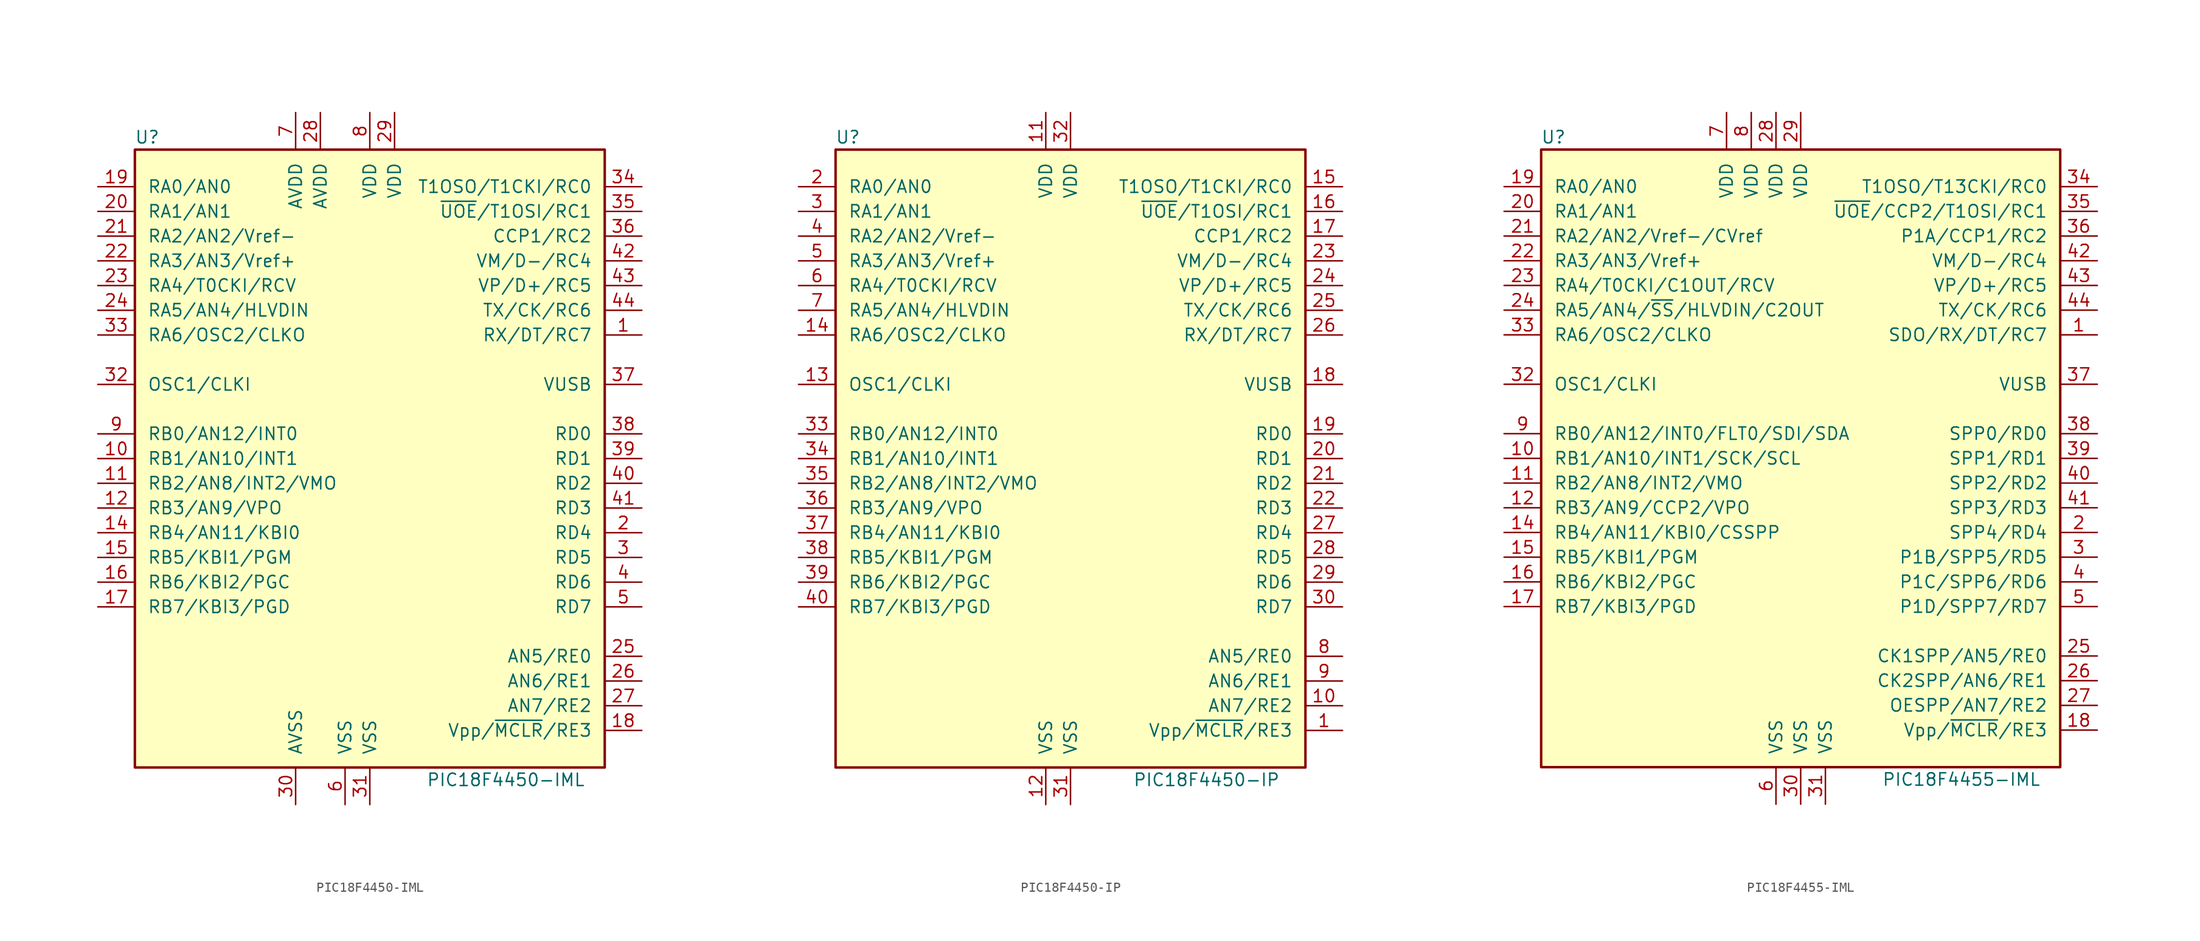
<source format=kicad_sym>
(kicad_symbol_lib
  (version 20201005)
  (generator kicad_symbol_editor)
  (symbol "PIC18F4450-IML"
    (pin_names
      (offset 1.27))
    (property "Reference" "U"
      (at -22.86 33.02 0)
      (effects (font (size 1.27 1.27))))
    (property "Value" "PIC18F4450-IML"
      (at 13.97 -33.02 0)
      (effects (font (size 1.27 1.27))))
    (symbol "PIC18F4450-IML_0_1"
      (rectangle (start -24.13 31.75) (end 24.13 -31.75) (stroke (width 0.254)) (fill (type background))))
    (symbol "PIC18F4450-IML_1_1"
      (pin bidirectional line (at 27.94 12.7 180) (length 3.81) (name "RX/DT/RC7" (effects (font (size 1.27 1.27)))) (number "1" (effects (font (size 1.27 1.27)))))
      (pin bidirectional line (at -27.94 0 0) (length 3.81) (name "RB1/AN10/INT1" (effects (font (size 1.27 1.27)))) (number "10" (effects (font (size 1.27 1.27)))))
      (pin bidirectional line (at -27.94 -2.54 0) (length 3.81) (name "RB2/AN8/INT2/VMO" (effects (font (size 1.27 1.27)))) (number "11" (effects (font (size 1.27 1.27)))))
      (pin bidirectional line (at -27.94 -5.08 0) (length 3.81) (name "RB3/AN9/VPO" (effects (font (size 1.27 1.27)))) (number "12" (effects (font (size 1.27 1.27)))))
      (pin no_connect line (at -12.7 -35.56 90) (length 3.81) hide (name "NC" (effects (font (size 1.27 1.27)))) (number "13" (effects (font (size 1.27 1.27)))))
      (pin bidirectional line (at -27.94 -7.62 0) (length 3.81) (name "RB4/AN11/KBI0" (effects (font (size 1.27 1.27)))) (number "14" (effects (font (size 1.27 1.27)))))
      (pin bidirectional line (at -27.94 -10.16 0) (length 3.81) (name "RB5/KBI1/PGM" (effects (font (size 1.27 1.27)))) (number "15" (effects (font (size 1.27 1.27)))))
      (pin bidirectional line (at -27.94 -12.7 0) (length 3.81) (name "RB6/KBI2/PGC" (effects (font (size 1.27 1.27)))) (number "16" (effects (font (size 1.27 1.27)))))
      (pin bidirectional line (at -27.94 -15.24 0) (length 3.81) (name "RB7/KBI3/PGD" (effects (font (size 1.27 1.27)))) (number "17" (effects (font (size 1.27 1.27)))))
      (pin input line (at 27.94 -27.94 180) (length 3.81) (name "Vpp/~MCLR~/RE3" (effects (font (size 1.27 1.27)))) (number "18" (effects (font (size 1.27 1.27)))))
      (pin bidirectional line (at -27.94 27.94 0) (length 3.81) (name "RA0/AN0" (effects (font (size 1.27 1.27)))) (number "19" (effects (font (size 1.27 1.27)))))
      (pin bidirectional line (at 27.94 -7.62 180) (length 3.81) (name "RD4" (effects (font (size 1.27 1.27)))) (number "2" (effects (font (size 1.27 1.27)))))
      (pin bidirectional line (at -27.94 25.4 0) (length 3.81) (name "RA1/AN1" (effects (font (size 1.27 1.27)))) (number "20" (effects (font (size 1.27 1.27)))))
      (pin bidirectional line (at -27.94 22.86 0) (length 3.81) (name "RA2/AN2/Vref-" (effects (font (size 1.27 1.27)))) (number "21" (effects (font (size 1.27 1.27)))))
      (pin bidirectional line (at -27.94 20.32 0) (length 3.81) (name "RA3/AN3/Vref+" (effects (font (size 1.27 1.27)))) (number "22" (effects (font (size 1.27 1.27)))))
      (pin bidirectional line (at -27.94 17.78 0) (length 3.81) (name "RA4/T0CKI/RCV" (effects (font (size 1.27 1.27)))) (number "23" (effects (font (size 1.27 1.27)))))
      (pin bidirectional line (at -27.94 15.24 0) (length 3.81) (name "RA5/AN4/HLVDIN" (effects (font (size 1.27 1.27)))) (number "24" (effects (font (size 1.27 1.27)))))
      (pin bidirectional line (at 27.94 -20.32 180) (length 3.81) (name "AN5/RE0" (effects (font (size 1.27 1.27)))) (number "25" (effects (font (size 1.27 1.27)))))
      (pin bidirectional line (at 27.94 -22.86 180) (length 3.81) (name "AN6/RE1" (effects (font (size 1.27 1.27)))) (number "26" (effects (font (size 1.27 1.27)))))
      (pin bidirectional line (at 27.94 -25.4 180) (length 3.81) (name "AN7/RE2" (effects (font (size 1.27 1.27)))) (number "27" (effects (font (size 1.27 1.27)))))
      (pin power_in line (at -5.08 35.56 270) (length 3.81) (name "AVDD" (effects (font (size 1.27 1.27)))) (number "28" (effects (font (size 1.27 1.27)))))
      (pin power_in line (at 2.54 35.56 270) (length 3.81) (name "VDD" (effects (font (size 1.27 1.27)))) (number "29" (effects (font (size 1.27 1.27)))))
      (pin bidirectional line (at 27.94 -10.16 180) (length 3.81) (name "RD5" (effects (font (size 1.27 1.27)))) (number "3" (effects (font (size 1.27 1.27)))))
      (pin power_in line (at -7.62 -35.56 90) (length 3.81) (name "AVSS" (effects (font (size 1.27 1.27)))) (number "30" (effects (font (size 1.27 1.27)))))
      (pin power_in line (at 0 -35.56 90) (length 3.81) (name "VSS" (effects (font (size 1.27 1.27)))) (number "31" (effects (font (size 1.27 1.27)))))
      (pin input line (at -27.94 7.62 0) (length 3.81) (name "OSC1/CLKI" (effects (font (size 1.27 1.27)))) (number "32" (effects (font (size 1.27 1.27)))))
      (pin output line (at -27.94 12.7 0) (length 3.81) (name "RA6/OSC2/CLKO" (effects (font (size 1.27 1.27)))) (number "33" (effects (font (size 1.27 1.27)))))
      (pin bidirectional line (at 27.94 27.94 180) (length 3.81) (name "T1OSO/T1CKI/RC0" (effects (font (size 1.27 1.27)))) (number "34" (effects (font (size 1.27 1.27)))))
      (pin bidirectional line (at 27.94 25.4 180) (length 3.81) (name "~UOE~/T1OSI/RC1" (effects (font (size 1.27 1.27)))) (number "35" (effects (font (size 1.27 1.27)))))
      (pin bidirectional line (at 27.94 22.86 180) (length 3.81) (name "CCP1/RC2" (effects (font (size 1.27 1.27)))) (number "36" (effects (font (size 1.27 1.27)))))
      (pin bidirectional line (at 27.94 7.62 180) (length 3.81) (name "VUSB" (effects (font (size 1.27 1.27)))) (number "37" (effects (font (size 1.27 1.27)))))
      (pin bidirectional line (at 27.94 2.54 180) (length 3.81) (name "RD0" (effects (font (size 1.27 1.27)))) (number "38" (effects (font (size 1.27 1.27)))))
      (pin bidirectional line (at 27.94 0 180) (length 3.81) (name "RD1" (effects (font (size 1.27 1.27)))) (number "39" (effects (font (size 1.27 1.27)))))
      (pin bidirectional line (at 27.94 -12.7 180) (length 3.81) (name "RD6" (effects (font (size 1.27 1.27)))) (number "4" (effects (font (size 1.27 1.27)))))
      (pin bidirectional line (at 27.94 -2.54 180) (length 3.81) (name "RD2" (effects (font (size 1.27 1.27)))) (number "40" (effects (font (size 1.27 1.27)))))
      (pin bidirectional line (at 27.94 -5.08 180) (length 3.81) (name "RD3" (effects (font (size 1.27 1.27)))) (number "41" (effects (font (size 1.27 1.27)))))
      (pin bidirectional line (at 27.94 20.32 180) (length 3.81) (name "VM/D-/RC4" (effects (font (size 1.27 1.27)))) (number "42" (effects (font (size 1.27 1.27)))))
      (pin bidirectional line (at 27.94 17.78 180) (length 3.81) (name "VP/D+/RC5" (effects (font (size 1.27 1.27)))) (number "43" (effects (font (size 1.27 1.27)))))
      (pin bidirectional line (at 27.94 15.24 180) (length 3.81) (name "TX/CK/RC6" (effects (font (size 1.27 1.27)))) (number "44" (effects (font (size 1.27 1.27)))))
      (pin bidirectional line (at 27.94 -15.24 180) (length 3.81) (name "RD7" (effects (font (size 1.27 1.27)))) (number "5" (effects (font (size 1.27 1.27)))))
      (pin power_in line (at -2.54 -35.56 90) (length 3.81) (name "VSS" (effects (font (size 1.27 1.27)))) (number "6" (effects (font (size 1.27 1.27)))))
      (pin power_in line (at -7.62 35.56 270) (length 3.81) (name "AVDD" (effects (font (size 1.27 1.27)))) (number "7" (effects (font (size 1.27 1.27)))))
      (pin power_in line (at 0 35.56 270) (length 3.81) (name "VDD" (effects (font (size 1.27 1.27)))) (number "8" (effects (font (size 1.27 1.27)))))
      (pin bidirectional line (at -27.94 2.54 0) (length 3.81) (name "RB0/AN12/INT0" (effects (font (size 1.27 1.27)))) (number "9" (effects (font (size 1.27 1.27)))))))
  (symbol "PIC18F4450-IP"
    (pin_names
      (offset 1.27))
    (property "Reference" "U"
      (at -22.86 33.02 0)
      (effects (font (size 1.27 1.27))))
    (property "Value" "PIC18F4450-IP"
      (at 13.97 -33.02 0)
      (effects (font (size 1.27 1.27))))
    (symbol "PIC18F4450-IP_0_1"
      (rectangle (start -24.13 31.75) (end 24.13 -31.75) (stroke (width 0.254)) (fill (type background))))
    (symbol "PIC18F4450-IP_1_1"
      (pin input line (at 27.94 -27.94 180) (length 3.81) (name "Vpp/~MCLR~/RE3" (effects (font (size 1.27 1.27)))) (number "1" (effects (font (size 1.27 1.27)))))
      (pin bidirectional line (at 27.94 -25.4 180) (length 3.81) (name "AN7/RE2" (effects (font (size 1.27 1.27)))) (number "10" (effects (font (size 1.27 1.27)))))
      (pin power_in line (at -2.54 35.56 270) (length 3.81) (name "VDD" (effects (font (size 1.27 1.27)))) (number "11" (effects (font (size 1.27 1.27)))))
      (pin power_in line (at -2.54 -35.56 90) (length 3.81) (name "VSS" (effects (font (size 1.27 1.27)))) (number "12" (effects (font (size 1.27 1.27)))))
      (pin input line (at -27.94 7.62 0) (length 3.81) (name "OSC1/CLKI" (effects (font (size 1.27 1.27)))) (number "13" (effects (font (size 1.27 1.27)))))
      (pin output line (at -27.94 12.7 0) (length 3.81) (name "RA6/OSC2/CLKO" (effects (font (size 1.27 1.27)))) (number "14" (effects (font (size 1.27 1.27)))))
      (pin bidirectional line (at 27.94 27.94 180) (length 3.81) (name "T1OSO/T1CKI/RC0" (effects (font (size 1.27 1.27)))) (number "15" (effects (font (size 1.27 1.27)))))
      (pin bidirectional line (at 27.94 25.4 180) (length 3.81) (name "~UOE~/T1OSI/RC1" (effects (font (size 1.27 1.27)))) (number "16" (effects (font (size 1.27 1.27)))))
      (pin bidirectional line (at 27.94 22.86 180) (length 3.81) (name "CCP1/RC2" (effects (font (size 1.27 1.27)))) (number "17" (effects (font (size 1.27 1.27)))))
      (pin bidirectional line (at 27.94 7.62 180) (length 3.81) (name "VUSB" (effects (font (size 1.27 1.27)))) (number "18" (effects (font (size 1.27 1.27)))))
      (pin bidirectional line (at 27.94 2.54 180) (length 3.81) (name "RD0" (effects (font (size 1.27 1.27)))) (number "19" (effects (font (size 1.27 1.27)))))
      (pin bidirectional line (at -27.94 27.94 0) (length 3.81) (name "RA0/AN0" (effects (font (size 1.27 1.27)))) (number "2" (effects (font (size 1.27 1.27)))))
      (pin bidirectional line (at 27.94 0 180) (length 3.81) (name "RD1" (effects (font (size 1.27 1.27)))) (number "20" (effects (font (size 1.27 1.27)))))
      (pin bidirectional line (at 27.94 -2.54 180) (length 3.81) (name "RD2" (effects (font (size 1.27 1.27)))) (number "21" (effects (font (size 1.27 1.27)))))
      (pin bidirectional line (at 27.94 -5.08 180) (length 3.81) (name "RD3" (effects (font (size 1.27 1.27)))) (number "22" (effects (font (size 1.27 1.27)))))
      (pin bidirectional line (at 27.94 20.32 180) (length 3.81) (name "VM/D-/RC4" (effects (font (size 1.27 1.27)))) (number "23" (effects (font (size 1.27 1.27)))))
      (pin bidirectional line (at 27.94 17.78 180) (length 3.81) (name "VP/D+/RC5" (effects (font (size 1.27 1.27)))) (number "24" (effects (font (size 1.27 1.27)))))
      (pin bidirectional line (at 27.94 15.24 180) (length 3.81) (name "TX/CK/RC6" (effects (font (size 1.27 1.27)))) (number "25" (effects (font (size 1.27 1.27)))))
      (pin bidirectional line (at 27.94 12.7 180) (length 3.81) (name "RX/DT/RC7" (effects (font (size 1.27 1.27)))) (number "26" (effects (font (size 1.27 1.27)))))
      (pin bidirectional line (at 27.94 -7.62 180) (length 3.81) (name "RD4" (effects (font (size 1.27 1.27)))) (number "27" (effects (font (size 1.27 1.27)))))
      (pin bidirectional line (at 27.94 -10.16 180) (length 3.81) (name "RD5" (effects (font (size 1.27 1.27)))) (number "28" (effects (font (size 1.27 1.27)))))
      (pin bidirectional line (at 27.94 -12.7 180) (length 3.81) (name "RD6" (effects (font (size 1.27 1.27)))) (number "29" (effects (font (size 1.27 1.27)))))
      (pin bidirectional line (at -27.94 25.4 0) (length 3.81) (name "RA1/AN1" (effects (font (size 1.27 1.27)))) (number "3" (effects (font (size 1.27 1.27)))))
      (pin bidirectional line (at 27.94 -15.24 180) (length 3.81) (name "RD7" (effects (font (size 1.27 1.27)))) (number "30" (effects (font (size 1.27 1.27)))))
      (pin power_in line (at 0 -35.56 90) (length 3.81) (name "VSS" (effects (font (size 1.27 1.27)))) (number "31" (effects (font (size 1.27 1.27)))))
      (pin power_in line (at 0 35.56 270) (length 3.81) (name "VDD" (effects (font (size 1.27 1.27)))) (number "32" (effects (font (size 1.27 1.27)))))
      (pin bidirectional line (at -27.94 2.54 0) (length 3.81) (name "RB0/AN12/INT0" (effects (font (size 1.27 1.27)))) (number "33" (effects (font (size 1.27 1.27)))))
      (pin bidirectional line (at -27.94 0 0) (length 3.81) (name "RB1/AN10/INT1" (effects (font (size 1.27 1.27)))) (number "34" (effects (font (size 1.27 1.27)))))
      (pin bidirectional line (at -27.94 -2.54 0) (length 3.81) (name "RB2/AN8/INT2/VMO" (effects (font (size 1.27 1.27)))) (number "35" (effects (font (size 1.27 1.27)))))
      (pin bidirectional line (at -27.94 -5.08 0) (length 3.81) (name "RB3/AN9/VPO" (effects (font (size 1.27 1.27)))) (number "36" (effects (font (size 1.27 1.27)))))
      (pin bidirectional line (at -27.94 -7.62 0) (length 3.81) (name "RB4/AN11/KBI0" (effects (font (size 1.27 1.27)))) (number "37" (effects (font (size 1.27 1.27)))))
      (pin bidirectional line (at -27.94 -10.16 0) (length 3.81) (name "RB5/KBI1/PGM" (effects (font (size 1.27 1.27)))) (number "38" (effects (font (size 1.27 1.27)))))
      (pin bidirectional line (at -27.94 -12.7 0) (length 3.81) (name "RB6/KBI2/PGC" (effects (font (size 1.27 1.27)))) (number "39" (effects (font (size 1.27 1.27)))))
      (pin bidirectional line (at -27.94 22.86 0) (length 3.81) (name "RA2/AN2/Vref-" (effects (font (size 1.27 1.27)))) (number "4" (effects (font (size 1.27 1.27)))))
      (pin bidirectional line (at -27.94 -15.24 0) (length 3.81) (name "RB7/KBI3/PGD" (effects (font (size 1.27 1.27)))) (number "40" (effects (font (size 1.27 1.27)))))
      (pin bidirectional line (at -27.94 20.32 0) (length 3.81) (name "RA3/AN3/Vref+" (effects (font (size 1.27 1.27)))) (number "5" (effects (font (size 1.27 1.27)))))
      (pin bidirectional line (at -27.94 17.78 0) (length 3.81) (name "RA4/T0CKI/RCV" (effects (font (size 1.27 1.27)))) (number "6" (effects (font (size 1.27 1.27)))))
      (pin bidirectional line (at -27.94 15.24 0) (length 3.81) (name "RA5/AN4/HLVDIN" (effects (font (size 1.27 1.27)))) (number "7" (effects (font (size 1.27 1.27)))))
      (pin bidirectional line (at 27.94 -20.32 180) (length 3.81) (name "AN5/RE0" (effects (font (size 1.27 1.27)))) (number "8" (effects (font (size 1.27 1.27)))))
      (pin bidirectional line (at 27.94 -22.86 180) (length 3.81) (name "AN6/RE1" (effects (font (size 1.27 1.27)))) (number "9" (effects (font (size 1.27 1.27)))))))
  (symbol "PIC18F4455-IML"
    (pin_names
      (offset 1.27))
    (property "Reference" "U"
      (at -25.4 33.02 0)
      (effects (font (size 1.27 1.27))))
    (property "Value" "PIC18F4455-IML"
      (at 16.51 -33.02 0)
      (effects (font (size 1.27 1.27))))
    (symbol "PIC18F4455-IML_0_1"
      (rectangle (start -26.67 31.75) (end 26.67 -31.75) (stroke (width 0.254)) (fill (type background))))
    (symbol "PIC18F4455-IML_1_1"
      (pin bidirectional line (at 30.48 12.7 180) (length 3.81) (name "SDO/RX/DT/RC7" (effects (font (size 1.27 1.27)))) (number "1" (effects (font (size 1.27 1.27)))))
      (pin bidirectional line (at -30.48 0 0) (length 3.81) (name "RB1/AN10/INT1/SCK/SCL" (effects (font (size 1.27 1.27)))) (number "10" (effects (font (size 1.27 1.27)))))
      (pin bidirectional line (at -30.48 -2.54 0) (length 3.81) (name "RB2/AN8/INT2/VMO" (effects (font (size 1.27 1.27)))) (number "11" (effects (font (size 1.27 1.27)))))
      (pin bidirectional line (at -30.48 -5.08 0) (length 3.81) (name "RB3/AN9/CCP2/VPO" (effects (font (size 1.27 1.27)))) (number "12" (effects (font (size 1.27 1.27)))))
      (pin no_connect line (at -7.62 -35.56 90) (length 3.81) hide (name "NC" (effects (font (size 1.27 1.27)))) (number "13" (effects (font (size 1.27 1.27)))))
      (pin bidirectional line (at -30.48 -7.62 0) (length 3.81) (name "RB4/AN11/KBI0/CSSPP" (effects (font (size 1.27 1.27)))) (number "14" (effects (font (size 1.27 1.27)))))
      (pin bidirectional line (at -30.48 -10.16 0) (length 3.81) (name "RB5/KBI1/PGM" (effects (font (size 1.27 1.27)))) (number "15" (effects (font (size 1.27 1.27)))))
      (pin bidirectional line (at -30.48 -12.7 0) (length 3.81) (name "RB6/KBI2/PGC" (effects (font (size 1.27 1.27)))) (number "16" (effects (font (size 1.27 1.27)))))
      (pin bidirectional line (at -30.48 -15.24 0) (length 3.81) (name "RB7/KBI3/PGD" (effects (font (size 1.27 1.27)))) (number "17" (effects (font (size 1.27 1.27)))))
      (pin input line (at 30.48 -27.94 180) (length 3.81) (name "Vpp/~MCLR~/RE3" (effects (font (size 1.27 1.27)))) (number "18" (effects (font (size 1.27 1.27)))))
      (pin bidirectional line (at -30.48 27.94 0) (length 3.81) (name "RA0/AN0" (effects (font (size 1.27 1.27)))) (number "19" (effects (font (size 1.27 1.27)))))
      (pin bidirectional line (at 30.48 -7.62 180) (length 3.81) (name "SPP4/RD4" (effects (font (size 1.27 1.27)))) (number "2" (effects (font (size 1.27 1.27)))))
      (pin bidirectional line (at -30.48 25.4 0) (length 3.81) (name "RA1/AN1" (effects (font (size 1.27 1.27)))) (number "20" (effects (font (size 1.27 1.27)))))
      (pin bidirectional line (at -30.48 22.86 0) (length 3.81) (name "RA2/AN2/Vref-/CVref" (effects (font (size 1.27 1.27)))) (number "21" (effects (font (size 1.27 1.27)))))
      (pin bidirectional line (at -30.48 20.32 0) (length 3.81) (name "RA3/AN3/Vref+" (effects (font (size 1.27 1.27)))) (number "22" (effects (font (size 1.27 1.27)))))
      (pin bidirectional line (at -30.48 17.78 0) (length 3.81) (name "RA4/T0CKI/C1OUT/RCV" (effects (font (size 1.27 1.27)))) (number "23" (effects (font (size 1.27 1.27)))))
      (pin bidirectional line (at -30.48 15.24 0) (length 3.81) (name "RA5/AN4/~SS~/HLVDIN/C2OUT" (effects (font (size 1.27 1.27)))) (number "24" (effects (font (size 1.27 1.27)))))
      (pin bidirectional line (at 30.48 -20.32 180) (length 3.81) (name "CK1SPP/AN5/RE0" (effects (font (size 1.27 1.27)))) (number "25" (effects (font (size 1.27 1.27)))))
      (pin bidirectional line (at 30.48 -22.86 180) (length 3.81) (name "CK2SPP/AN6/RE1" (effects (font (size 1.27 1.27)))) (number "26" (effects (font (size 1.27 1.27)))))
      (pin bidirectional line (at 30.48 -25.4 180) (length 3.81) (name "OESPP/AN7/RE2" (effects (font (size 1.27 1.27)))) (number "27" (effects (font (size 1.27 1.27)))))
      (pin power_in line (at -2.54 35.56 270) (length 3.81) (name "VDD" (effects (font (size 1.27 1.27)))) (number "28" (effects (font (size 1.27 1.27)))))
      (pin power_in line (at 0 35.56 270) (length 3.81) (name "VDD" (effects (font (size 1.27 1.27)))) (number "29" (effects (font (size 1.27 1.27)))))
      (pin bidirectional line (at 30.48 -10.16 180) (length 3.81) (name "P1B/SPP5/RD5" (effects (font (size 1.27 1.27)))) (number "3" (effects (font (size 1.27 1.27)))))
      (pin power_in line (at 0 -35.56 90) (length 3.81) (name "VSS" (effects (font (size 1.27 1.27)))) (number "30" (effects (font (size 1.27 1.27)))))
      (pin power_in line (at 2.54 -35.56 90) (length 3.81) (name "VSS" (effects (font (size 1.27 1.27)))) (number "31" (effects (font (size 1.27 1.27)))))
      (pin input line (at -30.48 7.62 0) (length 3.81) (name "OSC1/CLKI" (effects (font (size 1.27 1.27)))) (number "32" (effects (font (size 1.27 1.27)))))
      (pin output line (at -30.48 12.7 0) (length 3.81) (name "RA6/OSC2/CLKO" (effects (font (size 1.27 1.27)))) (number "33" (effects (font (size 1.27 1.27)))))
      (pin bidirectional line (at 30.48 27.94 180) (length 3.81) (name "T1OSO/T13CKI/RC0" (effects (font (size 1.27 1.27)))) (number "34" (effects (font (size 1.27 1.27)))))
      (pin bidirectional line (at 30.48 25.4 180) (length 3.81) (name "~UOE~/CCP2/T1OSI/RC1" (effects (font (size 1.27 1.27)))) (number "35" (effects (font (size 1.27 1.27)))))
      (pin bidirectional line (at 30.48 22.86 180) (length 3.81) (name "P1A/CCP1/RC2" (effects (font (size 1.27 1.27)))) (number "36" (effects (font (size 1.27 1.27)))))
      (pin bidirectional line (at 30.48 7.62 180) (length 3.81) (name "VUSB" (effects (font (size 1.27 1.27)))) (number "37" (effects (font (size 1.27 1.27)))))
      (pin bidirectional line (at 30.48 2.54 180) (length 3.81) (name "SPP0/RD0" (effects (font (size 1.27 1.27)))) (number "38" (effects (font (size 1.27 1.27)))))
      (pin bidirectional line (at 30.48 0 180) (length 3.81) (name "SPP1/RD1" (effects (font (size 1.27 1.27)))) (number "39" (effects (font (size 1.27 1.27)))))
      (pin bidirectional line (at 30.48 -12.7 180) (length 3.81) (name "P1C/SPP6/RD6" (effects (font (size 1.27 1.27)))) (number "4" (effects (font (size 1.27 1.27)))))
      (pin bidirectional line (at 30.48 -2.54 180) (length 3.81) (name "SPP2/RD2" (effects (font (size 1.27 1.27)))) (number "40" (effects (font (size 1.27 1.27)))))
      (pin bidirectional line (at 30.48 -5.08 180) (length 3.81) (name "SPP3/RD3" (effects (font (size 1.27 1.27)))) (number "41" (effects (font (size 1.27 1.27)))))
      (pin bidirectional line (at 30.48 20.32 180) (length 3.81) (name "VM/D-/RC4" (effects (font (size 1.27 1.27)))) (number "42" (effects (font (size 1.27 1.27)))))
      (pin bidirectional line (at 30.48 17.78 180) (length 3.81) (name "VP/D+/RC5" (effects (font (size 1.27 1.27)))) (number "43" (effects (font (size 1.27 1.27)))))
      (pin bidirectional line (at 30.48 15.24 180) (length 3.81) (name "TX/CK/RC6" (effects (font (size 1.27 1.27)))) (number "44" (effects (font (size 1.27 1.27)))))
      (pin bidirectional line (at 30.48 -15.24 180) (length 3.81) (name "P1D/SPP7/RD7" (effects (font (size 1.27 1.27)))) (number "5" (effects (font (size 1.27 1.27)))))
      (pin power_in line (at -2.54 -35.56 90) (length 3.81) (name "VSS" (effects (font (size 1.27 1.27)))) (number "6" (effects (font (size 1.27 1.27)))))
      (pin power_in line (at -7.62 35.56 270) (length 3.81) (name "VDD" (effects (font (size 1.27 1.27)))) (number "7" (effects (font (size 1.27 1.27)))))
      (pin power_in line (at -5.08 35.56 270) (length 3.81) (name "VDD" (effects (font (size 1.27 1.27)))) (number "8" (effects (font (size 1.27 1.27)))))
      (pin bidirectional line (at -30.48 2.54 0) (length 3.81) (name "RB0/AN12/INT0/FLT0/SDI/SDA" (effects (font (size 1.27 1.27)))) (number "9" (effects (font (size 1.27 1.27))))))))
</source>
